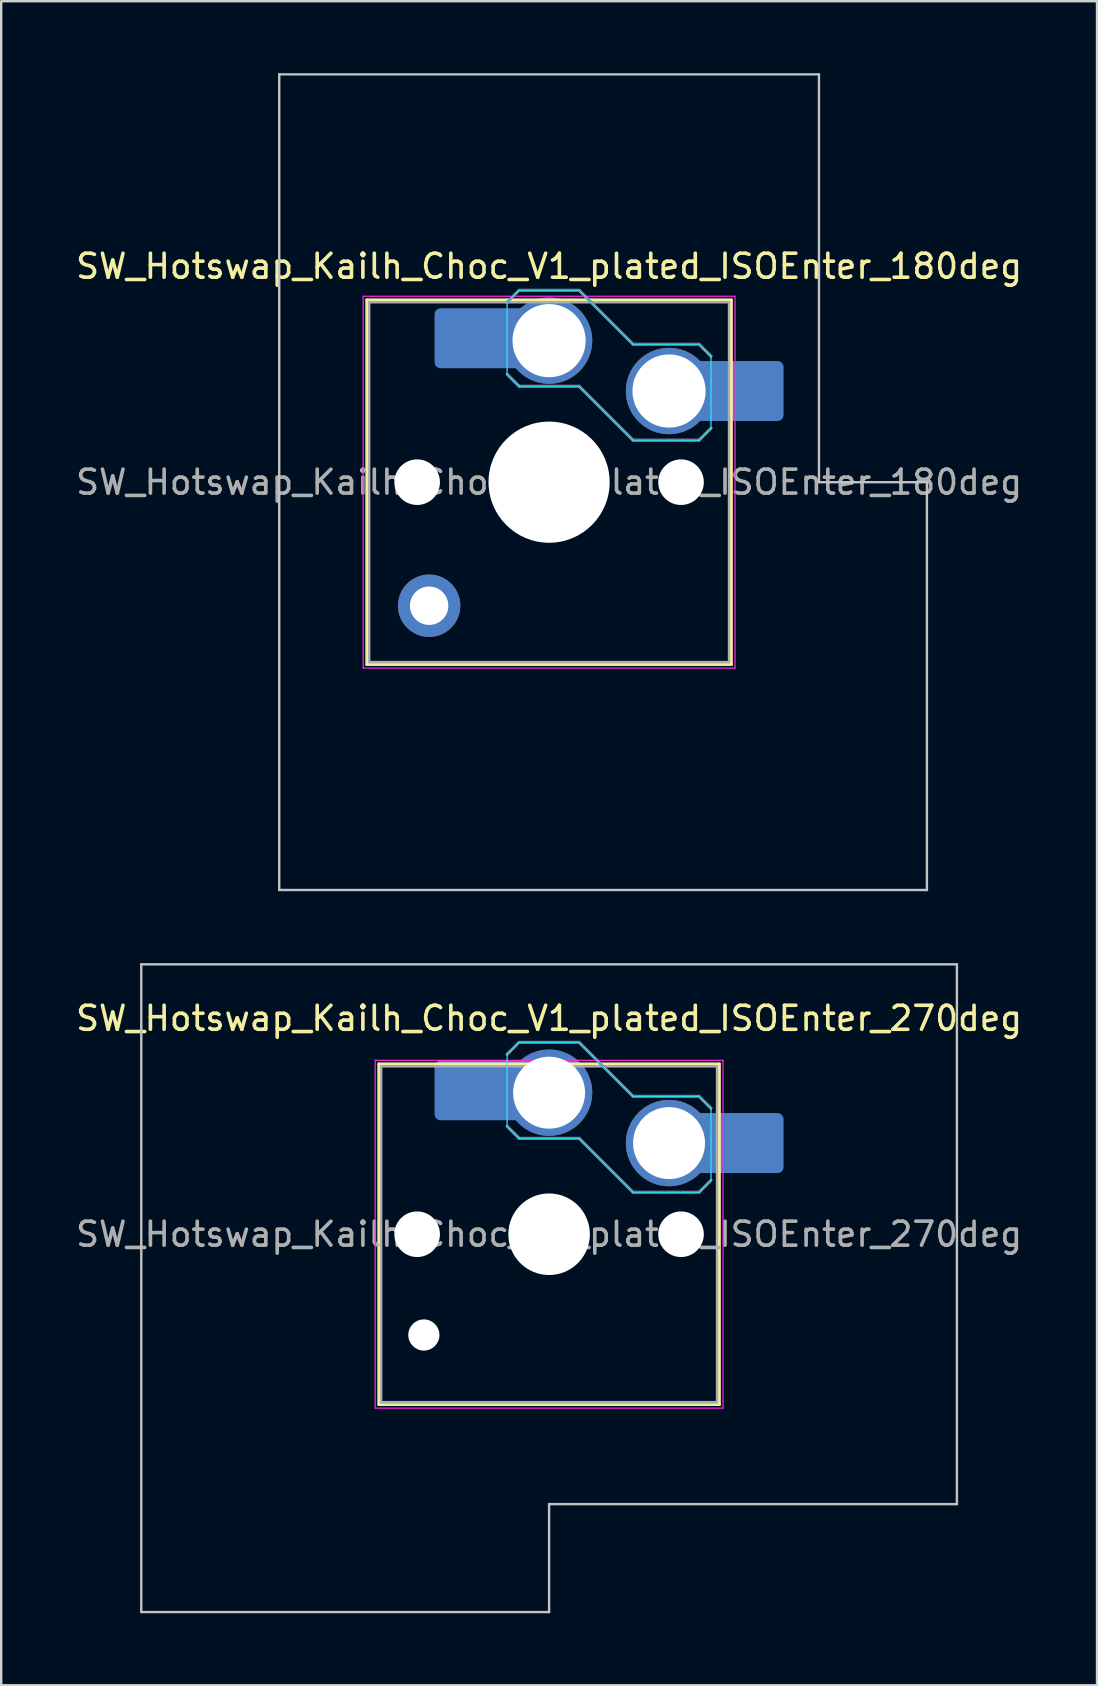
<source format=kicad_pcb>
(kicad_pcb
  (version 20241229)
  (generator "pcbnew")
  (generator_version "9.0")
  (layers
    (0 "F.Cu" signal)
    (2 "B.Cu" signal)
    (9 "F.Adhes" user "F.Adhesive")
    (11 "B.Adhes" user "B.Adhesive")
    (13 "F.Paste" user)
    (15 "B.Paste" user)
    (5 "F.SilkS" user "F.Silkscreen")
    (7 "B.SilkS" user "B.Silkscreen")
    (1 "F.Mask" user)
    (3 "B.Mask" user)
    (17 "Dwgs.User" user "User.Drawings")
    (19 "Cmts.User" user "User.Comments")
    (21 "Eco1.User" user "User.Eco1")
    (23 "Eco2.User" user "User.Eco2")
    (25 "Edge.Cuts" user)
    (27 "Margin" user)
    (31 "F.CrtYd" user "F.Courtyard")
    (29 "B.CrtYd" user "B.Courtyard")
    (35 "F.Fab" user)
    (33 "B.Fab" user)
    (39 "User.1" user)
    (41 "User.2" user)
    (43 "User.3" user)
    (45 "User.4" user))
  (footprint "SW_Hotswap_Kailh_Choc_V1_plated_ISOEnter_180deg"
    (layer "F.Cu")
    (at 19.839 17.05)
    (property "Reference" "SW_Hotswap_Kailh_Choc_V1_plated_ISOEnter_180deg" (at 0 -9 0) (layer "F.SilkS") (effects (font (size 1 1) (thickness 0.15))))
    (attr smd)
    (fp_line (start -7.6 -7.6) (end -7.6 7.6) (stroke (width 0.12) (type solid)) (layer "F.SilkS"))
    (fp_line (start -7.6 7.6) (end 7.6 7.6) (stroke (width 0.12) (type solid)) (layer "F.SilkS"))
    (fp_line (start 7.6 -7.6) (end -7.6 -7.6) (stroke (width 0.12) (type solid)) (layer "F.SilkS"))
    (fp_line (start 7.6 7.6) (end 7.6 -7.6) (stroke (width 0.12) (type solid)) (layer "F.SilkS"))
    (fp_line (start -1.75 -7.5) (end -1.25 -8) (stroke (width 0.12) (type solid)) (layer "B.SilkS"))
    (fp_line (start -1.25 -8) (end 1.25 -8) (stroke (width 0.12) (type solid)) (layer "B.SilkS"))
    (fp_line (start -1.25 -4) (end -1.75 -4.5) (stroke (width 0.12) (type solid)) (layer "B.SilkS"))
    (fp_line (start 1.25 -8) (end 3.5 -5.75) (stroke (width 0.12) (type solid)) (layer "B.SilkS"))
    (fp_line (start 1.25 -4) (end -1.25 -4) (stroke (width 0.12) (type solid)) (layer "B.SilkS"))
    (fp_line (start 3.5 -5.75) (end 6.25 -5.75) (stroke (width 0.12) (type solid)) (layer "B.SilkS"))
    (fp_line (start 3.5 -1.75) (end 1.25 -4) (stroke (width 0.12) (type solid)) (layer "B.SilkS"))
    (fp_line (start 6.25 -5.75) (end 6.75 -5.25) (stroke (width 0.12) (type solid)) (layer "B.SilkS"))
    (fp_line (start 6.25 -1.75) (end 3.5 -1.75) (stroke (width 0.12) (type solid)) (layer "B.SilkS"))
    (fp_line (start 6.75 -2.25) (end 6.25 -1.75) (stroke (width 0.12) (type solid)) (layer "B.SilkS"))
    (fp_line (start -11.25 -17) (end -11.25 17) (stroke (width 0.1) (type solid)) (layer "Dwgs.User"))
    (fp_line (start -11.25 17) (end 15.75 17) (stroke (width 0.1) (type solid)) (layer "Dwgs.User"))
    (fp_line (start 11.25 -17) (end -11.25 -17) (stroke (width 0.1) (type solid)) (layer "Dwgs.User"))
    (fp_line (start 11.25 0) (end 11.25 -17) (stroke (width 0.1) (type solid)) (layer "Dwgs.User"))
    (fp_line (start 15.75 0) (end 11.25 0) (stroke (width 0.1) (type solid)) (layer "Dwgs.User"))
    (fp_line (start 15.75 17) (end 15.75 0) (stroke (width 0.1) (type solid)) (layer "Dwgs.User"))
    (fp_line (start -7.25 -7.25) (end -7.25 7.25) (stroke (width 0.1) (type solid)) (layer "Eco1.User"))
    (fp_line (start -7.25 7.25) (end 7.25 7.25) (stroke (width 0.1) (type solid)) (layer "Eco1.User"))
    (fp_line (start 7.25 -7.25) (end -7.25 -7.25) (stroke (width 0.1) (type solid)) (layer "Eco1.User"))
    (fp_line (start 7.25 7.25) (end 7.25 -7.25) (stroke (width 0.1) (type solid)) (layer "Eco1.User"))
    (fp_line (start -1.75 -7.5) (end -1.25 -8) (stroke (width 0.05) (type solid)) (layer "B.CrtYd"))
    (fp_line (start -1.75 -4.5) (end -1.75 -7.5) (stroke (width 0.05) (type solid)) (layer "B.CrtYd"))
    (fp_line (start -1.25 -8) (end 1.25 -8) (stroke (width 0.05) (type solid)) (layer "B.CrtYd"))
    (fp_line (start -1.25 -4) (end -1.75 -4.5) (stroke (width 0.05) (type solid)) (layer "B.CrtYd"))
    (fp_line (start 1.25 -8) (end 3.5 -5.75) (stroke (width 0.05) (type solid)) (layer "B.CrtYd"))
    (fp_line (start 1.25 -4) (end -1.25 -4) (stroke (width 0.05) (type solid)) (layer "B.CrtYd"))
    (fp_line (start 3.5 -5.75) (end 6.25 -5.75) (stroke (width 0.05) (type solid)) (layer "B.CrtYd"))
    (fp_line (start 3.5 -1.75) (end 1.25 -4) (stroke (width 0.05) (type solid)) (layer "B.CrtYd"))
    (fp_line (start 6.25 -5.75) (end 6.75 -5.25) (stroke (width 0.05) (type solid)) (layer "B.CrtYd"))
    (fp_line (start 6.25 -1.75) (end 3.5 -1.75) (stroke (width 0.05) (type solid)) (layer "B.CrtYd"))
    (fp_line (start 6.75 -5.25) (end 6.75 -2.25) (stroke (width 0.05) (type solid)) (layer "B.CrtYd"))
    (fp_line (start 6.75 -2.25) (end 6.25 -1.75) (stroke (width 0.05) (type solid)) (layer "B.CrtYd"))
    (fp_line (start -7.75 -7.75) (end -7.75 7.75) (stroke (width 0.05) (type solid)) (layer "F.CrtYd"))
    (fp_line (start -7.75 7.75) (end 7.75 7.75) (stroke (width 0.05) (type solid)) (layer "F.CrtYd"))
    (fp_line (start 7.75 -7.75) (end -7.75 -7.75) (stroke (width 0.05) (type solid)) (layer "F.CrtYd"))
    (fp_line (start 7.75 7.75) (end 7.75 -7.75) (stroke (width 0.05) (type solid)) (layer "F.CrtYd"))
    (fp_line (start -1.75 -7.5) (end -1.25 -8) (stroke (width 0.1) (type solid)) (layer "B.Fab"))
    (fp_line (start -1.25 -8) (end 1.25 -8) (stroke (width 0.1) (type solid)) (layer "B.Fab"))
    (fp_line (start -1.25 -4) (end -1.75 -4.5) (stroke (width 0.1) (type solid)) (layer "B.Fab"))
    (fp_line (start 1.25 -8) (end 3.5 -5.75) (stroke (width 0.1) (type solid)) (layer "B.Fab"))
    (fp_line (start 1.25 -4) (end -1.25 -4) (stroke (width 0.1) (type solid)) (layer "B.Fab"))
    (fp_line (start 3.5 -5.75) (end 6.25 -5.75) (stroke (width 0.1) (type solid)) (layer "B.Fab"))
    (fp_line (start 3.5 -1.75) (end 1.25 -4) (stroke (width 0.1) (type solid)) (layer "B.Fab"))
    (fp_line (start 6.25 -5.75) (end 6.75 -5.25) (stroke (width 0.1) (type solid)) (layer "B.Fab"))
    (fp_line (start 6.25 -1.75) (end 3.5 -1.75) (stroke (width 0.1) (type solid)) (layer "B.Fab"))
    (fp_line (start 6.75 -2.25) (end 6.25 -1.75) (stroke (width 0.1) (type solid)) (layer "B.Fab"))
    (fp_line (start -7.5 -7.5) (end -7.5 7.5) (stroke (width 0.1) (type solid)) (layer "F.Fab"))
    (fp_line (start -7.5 7.5) (end 7.5 7.5) (stroke (width 0.1) (type solid)) (layer "F.Fab"))
    (fp_line (start 7.5 -7.5) (end -7.5 -7.5) (stroke (width 0.1) (type solid)) (layer "F.Fab"))
    (fp_line (start 7.5 7.5) (end 7.5 -7.5) (stroke (width 0.1) (type solid)) (layer "F.Fab"))
    (fp_text user "${REFERENCE}" (at 0 0 0) (layer "F.Fab") (effects (font (size 1 1) (thickness 0.15))))
    (pad "" np_thru_hole circle (at -5.5 0) (size 1.9 1.9) (drill 1.9) (layers "*.Cu" "*.Mask"))
    (pad "" thru_hole circle (at -5 5.15) (size 2.6 2.6) (drill 1.6) (layers "*.Cu" "B.Mask"))
    (pad "" smd roundrect (at -3.5 -6) (size 2.55 2.5) (layers "B.Mask" "B.Paste") (roundrect_rratio 0.1))
    (pad "" np_thru_hole circle (at 0 0) (size 5.05 5.05) (drill 5.05) (layers "*.Cu" "*.Mask"))
    (pad "" np_thru_hole circle (at 5.5 0) (size 1.9 1.9) (drill 1.9) (layers "*.Cu" "*.Mask"))
    (pad "" smd roundrect (at 8.5 -3.8) (size 2.55 2.5) (layers "B.Mask" "B.Paste") (roundrect_rratio 0.1))
    (pad "1" smd roundrect (at -2.85 -6) (size 3.85 2.5) (layers "B.Cu") (roundrect_rratio 0.1))
    (pad "1" thru_hole circle (at 0 -5.9) (size 3.6 3.6) (drill 3.05) (layers "*.Cu" "B.Mask"))
    (pad "2" thru_hole circle (at 5 -3.8) (size 3.6 3.6) (drill 3.05) (layers "*.Cu" "B.Mask"))
    (pad "2" smd roundrect (at 7.85 -3.8) (size 3.85 2.5) (layers "B.Cu") (roundrect_rratio 0.1)))
  (footprint "SW_Hotswap_Kailh_Choc_V1_plated_ISOEnter_270deg"
    (layer "F.Cu")
    (at 19.839 48.4)
    (property "Reference" "SW_Hotswap_Kailh_Choc_V1_plated_ISOEnter_270deg" (at 0 -9 0) (layer "F.SilkS") (effects (font (size 1 1) (thickness 0.15))))
    (attr smd)
    (fp_line (start -7.1 -7.1) (end -7.1 7.1) (stroke (width 0.12) (type solid)) (layer "F.SilkS"))
    (fp_line (start -7.1 7.1) (end 7.1 7.1) (stroke (width 0.12) (type solid)) (layer "F.SilkS"))
    (fp_line (start 7.1 -7.1) (end -7.1 -7.1) (stroke (width 0.12) (type solid)) (layer "F.SilkS"))
    (fp_line (start 7.1 7.1) (end 7.1 -7.1) (stroke (width 0.12) (type solid)) (layer "F.SilkS"))
    (fp_line (start -1.75 -7.5) (end -1.25 -8) (stroke (width 0.12) (type solid)) (layer "B.SilkS"))
    (fp_line (start -1.25 -8) (end 1.25 -8) (stroke (width 0.12) (type solid)) (layer "B.SilkS"))
    (fp_line (start -1.25 -4) (end -1.75 -4.5) (stroke (width 0.12) (type solid)) (layer "B.SilkS"))
    (fp_line (start 1.25 -8) (end 3.5 -5.75) (stroke (width 0.12) (type solid)) (layer "B.SilkS"))
    (fp_line (start 1.25 -4) (end -1.25 -4) (stroke (width 0.12) (type solid)) (layer "B.SilkS"))
    (fp_line (start 3.5 -5.75) (end 6.25 -5.75) (stroke (width 0.12) (type solid)) (layer "B.SilkS"))
    (fp_line (start 3.5 -1.75) (end 1.25 -4) (stroke (width 0.12) (type solid)) (layer "B.SilkS"))
    (fp_line (start 6.25 -5.75) (end 6.75 -5.25) (stroke (width 0.12) (type solid)) (layer "B.SilkS"))
    (fp_line (start 6.25 -1.75) (end 3.5 -1.75) (stroke (width 0.12) (type solid)) (layer "B.SilkS"))
    (fp_line (start 6.75 -2.25) (end 6.25 -1.75) (stroke (width 0.12) (type solid)) (layer "B.SilkS"))
    (fp_line (start -17 -11.25) (end -17 15.75) (stroke (width 0.1) (type solid)) (layer "Dwgs.User"))
    (fp_line (start -17 15.75) (end 0 15.75) (stroke (width 0.1) (type solid)) (layer "Dwgs.User"))
    (fp_line (start 0 11.25) (end 17 11.25) (stroke (width 0.1) (type solid)) (layer "Dwgs.User"))
    (fp_line (start 0 15.75) (end 0 11.25) (stroke (width 0.1) (type solid)) (layer "Dwgs.User"))
    (fp_line (start 17 -11.25) (end -17 -11.25) (stroke (width 0.1) (type solid)) (layer "Dwgs.User"))
    (fp_line (start 17 11.25) (end 17 -11.25) (stroke (width 0.1) (type solid)) (layer "Dwgs.User"))
    (fp_line (start -1.75 -7.5) (end -1.25 -8) (stroke (width 0.05) (type solid)) (layer "B.CrtYd"))
    (fp_line (start -1.75 -4.5) (end -1.75 -7.5) (stroke (width 0.05) (type solid)) (layer "B.CrtYd"))
    (fp_line (start -1.25 -8) (end 1.25 -8) (stroke (width 0.05) (type solid)) (layer "B.CrtYd"))
    (fp_line (start -1.25 -4) (end -1.75 -4.5) (stroke (width 0.05) (type solid)) (layer "B.CrtYd"))
    (fp_line (start 1.25 -8) (end 3.5 -5.75) (stroke (width 0.05) (type solid)) (layer "B.CrtYd"))
    (fp_line (start 1.25 -4) (end -1.25 -4) (stroke (width 0.05) (type solid)) (layer "B.CrtYd"))
    (fp_line (start 3.5 -5.75) (end 6.25 -5.75) (stroke (width 0.05) (type solid)) (layer "B.CrtYd"))
    (fp_line (start 3.5 -1.75) (end 1.25 -4) (stroke (width 0.05) (type solid)) (layer "B.CrtYd"))
    (fp_line (start 6.25 -5.75) (end 6.75 -5.25) (stroke (width 0.05) (type solid)) (layer "B.CrtYd"))
    (fp_line (start 6.25 -1.75) (end 3.5 -1.75) (stroke (width 0.05) (type solid)) (layer "B.CrtYd"))
    (fp_line (start 6.75 -5.25) (end 6.75 -2.25) (stroke (width 0.05) (type solid)) (layer "B.CrtYd"))
    (fp_line (start 6.75 -2.25) (end 6.25 -1.75) (stroke (width 0.05) (type solid)) (layer "B.CrtYd"))
    (fp_line (start -7.25 -7.25) (end -7.25 7.25) (stroke (width 0.05) (type solid)) (layer "F.CrtYd"))
    (fp_line (start -7.25 7.25) (end 7.25 7.25) (stroke (width 0.05) (type solid)) (layer "F.CrtYd"))
    (fp_line (start 7.25 -7.25) (end -7.25 -7.25) (stroke (width 0.05) (type solid)) (layer "F.CrtYd"))
    (fp_line (start 7.25 7.25) (end 7.25 -7.25) (stroke (width 0.05) (type solid)) (layer "F.CrtYd"))
    (fp_line (start -1.75 -7.5) (end -1.25 -8) (stroke (width 0.1) (type solid)) (layer "B.Fab"))
    (fp_line (start -1.25 -8) (end 1.25 -8) (stroke (width 0.1) (type solid)) (layer "B.Fab"))
    (fp_line (start -1.25 -4) (end -1.75 -4.5) (stroke (width 0.1) (type solid)) (layer "B.Fab"))
    (fp_line (start 1.25 -8) (end 3.5 -5.75) (stroke (width 0.1) (type solid)) (layer "B.Fab"))
    (fp_line (start 1.25 -4) (end -1.25 -4) (stroke (width 0.1) (type solid)) (layer "B.Fab"))
    (fp_line (start 3.5 -5.75) (end 6.25 -5.75) (stroke (width 0.1) (type solid)) (layer "B.Fab"))
    (fp_line (start 3.5 -1.75) (end 1.25 -4) (stroke (width 0.1) (type solid)) (layer "B.Fab"))
    (fp_line (start 6.25 -5.75) (end 6.75 -5.25) (stroke (width 0.1) (type solid)) (layer "B.Fab"))
    (fp_line (start 6.25 -1.75) (end 3.5 -1.75) (stroke (width 0.1) (type solid)) (layer "B.Fab"))
    (fp_line (start 6.75 -2.25) (end 6.25 -1.75) (stroke (width 0.1) (type solid)) (layer "B.Fab"))
    (fp_line (start -7 -7) (end -7 7) (stroke (width 0.1) (type solid)) (layer "F.Fab"))
    (fp_line (start -7 7) (end 7 7) (stroke (width 0.1) (type solid)) (layer "F.Fab"))
    (fp_line (start 7 -7) (end -7 -7) (stroke (width 0.1) (type solid)) (layer "F.Fab"))
    (fp_line (start 7 7) (end 7 -7) (stroke (width 0.1) (type solid)) (layer "F.Fab"))
    (fp_text user "${REFERENCE}" (at 0 0 0) (layer "F.Fab") (effects (font (size 1 1) (thickness 0.15))))
    (pad "" np_thru_hole circle (at -5.5 0) (size 1.9 1.9) (drill 1.9) (layers "*.Cu" "*.Mask"))
    (pad "" np_thru_hole circle (at -5.22 4.2) (size 1.3 1.3) (drill 1.3) (layers "*.Cu" "*.Mask"))
    (pad "" smd roundrect (at -3.5 -6) (size 2.55 2.5) (layers "B.Mask" "B.Paste") (roundrect_rratio 0.1))
    (pad "" np_thru_hole circle (at 0 0) (size 3.4 3.4) (drill 3.4) (layers "*.Cu" "*.Mask"))
    (pad "" np_thru_hole circle (at 5.5 0) (size 1.9 1.9) (drill 1.9) (layers "*.Cu" "*.Mask"))
    (pad "" smd roundrect (at 8.5 -3.8) (size 2.55 2.5) (layers "B.Mask" "B.Paste") (roundrect_rratio 0.1))
    (pad "1" smd roundrect (at -2.85 -6) (size 3.85 2.5) (layers "B.Cu") (roundrect_rratio 0.1))
    (pad "1" thru_hole circle (at 0 -5.9) (size 3.6 3.6) (drill 3) (layers "*.Cu" "B.Mask"))
    (pad "2" thru_hole circle (at 5 -3.8) (size 3.6 3.6) (drill 3) (layers "*.Cu" "B.Mask"))
    (pad "2" smd roundrect (at 7.85 -3.8) (size 3.85 2.5) (layers "B.Cu") (roundrect_rratio 0.1)))
  (gr_rect
    (start -3 -3)
    (end 42.679 67.2)
    (stroke (width 0.1) (type default))
    (fill no)
    (layer "Edge.Cuts")))
</source>
